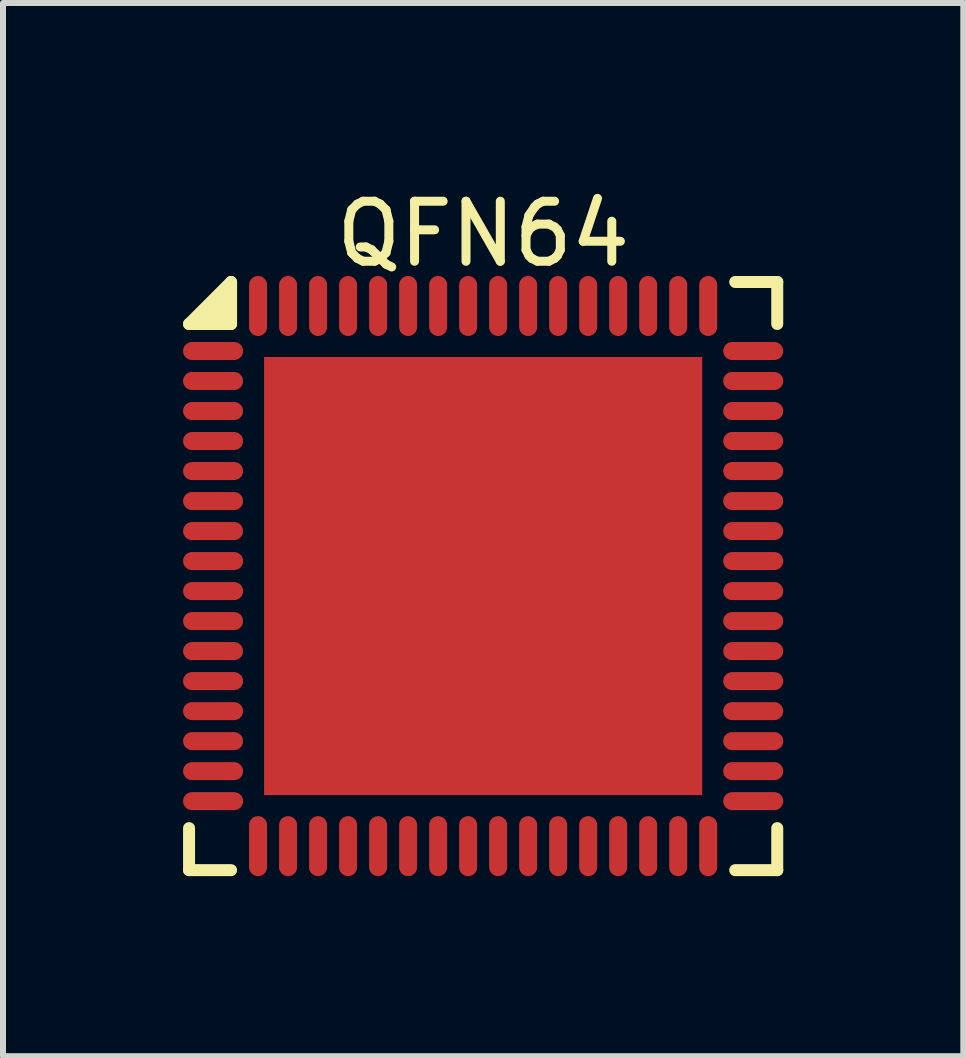
<source format=kicad_pcb>
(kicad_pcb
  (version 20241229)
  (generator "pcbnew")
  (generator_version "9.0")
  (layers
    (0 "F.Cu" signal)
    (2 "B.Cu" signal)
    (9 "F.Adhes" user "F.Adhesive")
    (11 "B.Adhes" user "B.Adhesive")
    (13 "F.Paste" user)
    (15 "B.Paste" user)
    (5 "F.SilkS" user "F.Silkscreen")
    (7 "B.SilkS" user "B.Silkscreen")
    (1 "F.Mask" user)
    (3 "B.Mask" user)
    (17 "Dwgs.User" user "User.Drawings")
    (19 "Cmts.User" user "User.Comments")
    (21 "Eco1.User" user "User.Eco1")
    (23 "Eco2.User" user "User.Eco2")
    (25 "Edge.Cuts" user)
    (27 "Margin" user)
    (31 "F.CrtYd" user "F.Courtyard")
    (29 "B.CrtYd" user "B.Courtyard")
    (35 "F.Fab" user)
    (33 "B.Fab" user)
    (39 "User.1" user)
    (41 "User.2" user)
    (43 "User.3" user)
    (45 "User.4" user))
  (footprint "QFN64"
    (layer "F.Cu")
    (at 5 6.548)
    (property "Reference" "QFN64" (at 0 -5.7 0) (layer "F.SilkS") (effects (font (size 1 1) (thickness 0.15))))
    (fp_line (start -4.9 -4.2) (end -4.2 -4.9) (stroke (width 0.2) (type solid)) (layer "F.SilkS"))
    (fp_line (start -4.9 -4.2) (end -4.2 -4.2) (stroke (width 0.2) (type solid)) (layer "F.SilkS"))
    (fp_line (start -4.9 4.9) (end -4.9 4.2) (stroke (width 0.2) (type solid)) (layer "F.SilkS"))
    (fp_line (start -4.9 4.9) (end -4.2 4.9) (stroke (width 0.2) (type solid)) (layer "F.SilkS"))
    (fp_line (start -4.2 -4.2) (end -4.2 -4.9) (stroke (width 0.2) (type solid)) (layer "F.SilkS"))
    (fp_line (start 4.2 -4.9) (end 4.9 -4.9) (stroke (width 0.2) (type solid)) (layer "F.SilkS"))
    (fp_line (start 4.2 4.9) (end 4.9 4.9) (stroke (width 0.2) (type solid)) (layer "F.SilkS"))
    (fp_line (start 4.9 -4.2) (end 4.9 -4.9) (stroke (width 0.2) (type solid)) (layer "F.SilkS"))
    (fp_line (start 4.9 4.9) (end 4.9 4.2) (stroke (width 0.2) (type solid)) (layer "F.SilkS"))
    (fp_poly (pts (xy -4.9 -4.2) (xy -4.2 -4.9) (xy -4.2 -4.2)) (stroke (width 0) (type default)) (fill yes) (layer "F.SilkS"))
    (fp_rect (start -3.302 -1.651) (end -1.651 -3.302) (stroke (width 0) (type default)) (fill yes) (layer "F.Paste"))
    (fp_rect (start -3.302 0.762) (end -1.651 -0.889) (stroke (width 0) (type default)) (fill yes) (layer "F.Paste"))
    (fp_rect (start -3.302 3.302) (end -1.651 1.651) (stroke (width 0) (type default)) (fill yes) (layer "F.Paste"))
    (fp_rect (start -0.889 -1.651) (end 0.762 -3.302) (stroke (width 0) (type default)) (fill yes) (layer "F.Paste"))
    (fp_rect (start -0.889 0.762) (end 0.762 -0.889) (stroke (width 0) (type default)) (fill yes) (layer "F.Paste"))
    (fp_rect (start -0.889 3.302) (end 0.762 1.651) (stroke (width 0) (type default)) (fill yes) (layer "F.Paste"))
    (fp_rect (start 1.524 -1.651) (end 3.175 -3.302) (stroke (width 0) (type default)) (fill yes) (layer "F.Paste"))
    (fp_rect (start 1.524 0.762) (end 3.175 -0.889) (stroke (width 0) (type default)) (fill yes) (layer "F.Paste"))
    (fp_rect (start 1.524 3.302) (end 3.175 1.651) (stroke (width 0) (type default)) (fill yes) (layer "F.Paste"))
    (pad "1" smd oval (at -4.5 -3.75 90) (size 0.3 1) (layers "F.Cu" "F.Mask" "F.Paste"))
    (pad "2" smd oval (at -4.5 -3.25 90) (size 0.3 1) (layers "F.Cu" "F.Mask" "F.Paste"))
    (pad "3" smd oval (at -4.5 -2.75 90) (size 0.3 1) (layers "F.Cu" "F.Mask" "F.Paste"))
    (pad "4" smd oval (at -4.5 -2.25 90) (size 0.3 1) (layers "F.Cu" "F.Mask" "F.Paste"))
    (pad "5" smd oval (at -4.5 -1.75 90) (size 0.3 1) (layers "F.Cu" "F.Mask" "F.Paste"))
    (pad "6" smd oval (at -4.5 -1.25 90) (size 0.3 1) (layers "F.Cu" "F.Mask" "F.Paste"))
    (pad "7" smd oval (at -4.5 -0.75 90) (size 0.3 1) (layers "F.Cu" "F.Mask" "F.Paste"))
    (pad "8" smd oval (at -4.5 -0.25 90) (size 0.3 1) (layers "F.Cu" "F.Mask" "F.Paste"))
    (pad "9" smd oval (at -4.5 0.25 90) (size 0.3 1) (layers "F.Cu" "F.Mask" "F.Paste"))
    (pad "10" smd oval (at -4.5 0.75 90) (size 0.3 1) (layers "F.Cu" "F.Mask" "F.Paste"))
    (pad "11" smd oval (at -4.5 1.25 90) (size 0.3 1) (layers "F.Cu" "F.Mask" "F.Paste"))
    (pad "12" smd oval (at -4.5 1.75 90) (size 0.3 1) (layers "F.Cu" "F.Mask" "F.Paste"))
    (pad "13" smd oval (at -4.5 2.25 90) (size 0.3 1) (layers "F.Cu" "F.Mask" "F.Paste"))
    (pad "14" smd oval (at -4.5 2.75 90) (size 0.3 1) (layers "F.Cu" "F.Mask" "F.Paste"))
    (pad "15" smd oval (at -4.5 3.25 90) (size 0.3 1) (layers "F.Cu" "F.Mask" "F.Paste"))
    (pad "16" smd oval (at -4.5 3.75 90) (size 0.3 1) (layers "F.Cu" "F.Mask" "F.Paste"))
    (pad "17" smd oval (at -3.75 4.5) (size 0.3 1) (layers "F.Cu" "F.Mask" "F.Paste"))
    (pad "18" smd oval (at -3.25 4.5) (size 0.3 1) (layers "F.Cu" "F.Mask" "F.Paste"))
    (pad "19" smd oval (at -2.75 4.5) (size 0.3 1) (layers "F.Cu" "F.Mask" "F.Paste"))
    (pad "20" smd oval (at -2.25 4.5) (size 0.3 1) (layers "F.Cu" "F.Mask" "F.Paste"))
    (pad "21" smd oval (at -1.75 4.5) (size 0.3 1) (layers "F.Cu" "F.Mask" "F.Paste"))
    (pad "22" smd oval (at -1.25 4.5) (size 0.3 1) (layers "F.Cu" "F.Mask" "F.Paste"))
    (pad "23" smd oval (at -0.75 4.5) (size 0.3 1) (layers "F.Cu" "F.Mask" "F.Paste"))
    (pad "24" smd oval (at -0.25 4.5) (size 0.3 1) (layers "F.Cu" "F.Mask" "F.Paste"))
    (pad "25" smd oval (at 0.25 4.5) (size 0.3 1) (layers "F.Cu" "F.Mask" "F.Paste"))
    (pad "26" smd oval (at 0.75 4.5) (size 0.3 1) (layers "F.Cu" "F.Mask" "F.Paste"))
    (pad "27" smd oval (at 1.25 4.5) (size 0.3 1) (layers "F.Cu" "F.Mask" "F.Paste"))
    (pad "28" smd oval (at 1.75 4.5) (size 0.3 1) (layers "F.Cu" "F.Mask" "F.Paste"))
    (pad "29" smd oval (at 2.25 4.5) (size 0.3 1) (layers "F.Cu" "F.Mask" "F.Paste"))
    (pad "30" smd oval (at 2.75 4.5) (size 0.3 1) (layers "F.Cu" "F.Mask" "F.Paste"))
    (pad "31" smd oval (at 3.25 4.5) (size 0.3 1) (layers "F.Cu" "F.Mask" "F.Paste"))
    (pad "32" smd oval (at 3.75 4.5) (size 0.3 1) (layers "F.Cu" "F.Mask" "F.Paste"))
    (pad "33" smd oval (at 4.5 3.75 90) (size 0.3 1) (layers "F.Cu" "F.Mask" "F.Paste"))
    (pad "34" smd oval (at 4.5 3.25 90) (size 0.3 1) (layers "F.Cu" "F.Mask" "F.Paste"))
    (pad "35" smd oval (at 4.5 2.75 90) (size 0.3 1) (layers "F.Cu" "F.Mask" "F.Paste"))
    (pad "36" smd oval (at 4.5 2.25 90) (size 0.3 1) (layers "F.Cu" "F.Mask" "F.Paste"))
    (pad "37" smd oval (at 4.5 1.75 90) (size 0.3 1) (layers "F.Cu" "F.Mask" "F.Paste"))
    (pad "38" smd oval (at 4.5 1.25 90) (size 0.3 1) (layers "F.Cu" "F.Mask" "F.Paste"))
    (pad "39" smd oval (at 4.5 0.75 90) (size 0.3 1) (layers "F.Cu" "F.Mask" "F.Paste"))
    (pad "40" smd oval (at 4.5 0.25 90) (size 0.3 1) (layers "F.Cu" "F.Mask" "F.Paste"))
    (pad "41" smd oval (at 4.5 -0.25 90) (size 0.3 1) (layers "F.Cu" "F.Mask" "F.Paste"))
    (pad "42" smd oval (at 4.5 -0.75 90) (size 0.3 1) (layers "F.Cu" "F.Mask" "F.Paste"))
    (pad "43" smd oval (at 4.5 -1.25 90) (size 0.3 1) (layers "F.Cu" "F.Mask" "F.Paste"))
    (pad "44" smd oval (at 4.5 -1.75 90) (size 0.3 1) (layers "F.Cu" "F.Mask" "F.Paste"))
    (pad "45" smd oval (at 4.5 -2.25 90) (size 0.3 1) (layers "F.Cu" "F.Mask" "F.Paste"))
    (pad "46" smd oval (at 4.5 -2.75 90) (size 0.3 1) (layers "F.Cu" "F.Mask" "F.Paste"))
    (pad "47" smd oval (at 4.5 -3.25 90) (size 0.3 1) (layers "F.Cu" "F.Mask" "F.Paste"))
    (pad "48" smd oval (at 4.5 -3.75 90) (size 0.3 1) (layers "F.Cu" "F.Mask" "F.Paste"))
    (pad "49" smd oval (at 3.75 -4.5) (size 0.3 1) (layers "F.Cu" "F.Mask" "F.Paste"))
    (pad "50" smd oval (at 3.25 -4.5) (size 0.3 1) (layers "F.Cu" "F.Mask" "F.Paste"))
    (pad "51" smd oval (at 2.75 -4.5) (size 0.3 1) (layers "F.Cu" "F.Mask" "F.Paste"))
    (pad "52" smd oval (at 2.25 -4.5) (size 0.3 1) (layers "F.Cu" "F.Mask" "F.Paste"))
    (pad "53" smd oval (at 1.75 -4.5) (size 0.3 1) (layers "F.Cu" "F.Mask" "F.Paste"))
    (pad "54" smd oval (at 1.25 -4.5) (size 0.3 1) (layers "F.Cu" "F.Mask" "F.Paste"))
    (pad "55" smd oval (at 0.75 -4.5) (size 0.3 1) (layers "F.Cu" "F.Mask" "F.Paste"))
    (pad "56" smd oval (at 0.25 -4.5) (size 0.3 1) (layers "F.Cu" "F.Mask" "F.Paste"))
    (pad "57" smd oval (at -0.25 -4.5) (size 0.3 1) (layers "F.Cu" "F.Mask" "F.Paste"))
    (pad "58" smd oval (at -0.75 -4.5) (size 0.3 1) (layers "F.Cu" "F.Mask" "F.Paste"))
    (pad "59" smd oval (at -1.25 -4.5) (size 0.3 1) (layers "F.Cu" "F.Mask" "F.Paste"))
    (pad "60" smd oval (at -1.75 -4.5) (size 0.3 1) (layers "F.Cu" "F.Mask" "F.Paste"))
    (pad "61" smd oval (at -2.25 -4.5) (size 0.3 1) (layers "F.Cu" "F.Mask" "F.Paste"))
    (pad "62" smd oval (at -2.75 -4.5) (size 0.3 1) (layers "F.Cu" "F.Mask" "F.Paste"))
    (pad "63" smd oval (at -3.25 -4.5) (size 0.3 1) (layers "F.Cu" "F.Mask" "F.Paste"))
    (pad "64" smd oval (at -3.75 -4.5) (size 0.3 1) (layers "F.Cu" "F.Mask" "F.Paste"))
    (pad "65" smd rect (at 0 0) (size 7.3 7.3) (layers "F.Cu" "F.Mask" "F.Paste")))
  (gr_rect
    (start -3 -3)
    (end 13 14.548)
    (stroke (width 0.1) (type default))
    (fill no)
    (layer "Edge.Cuts")))
</source>
